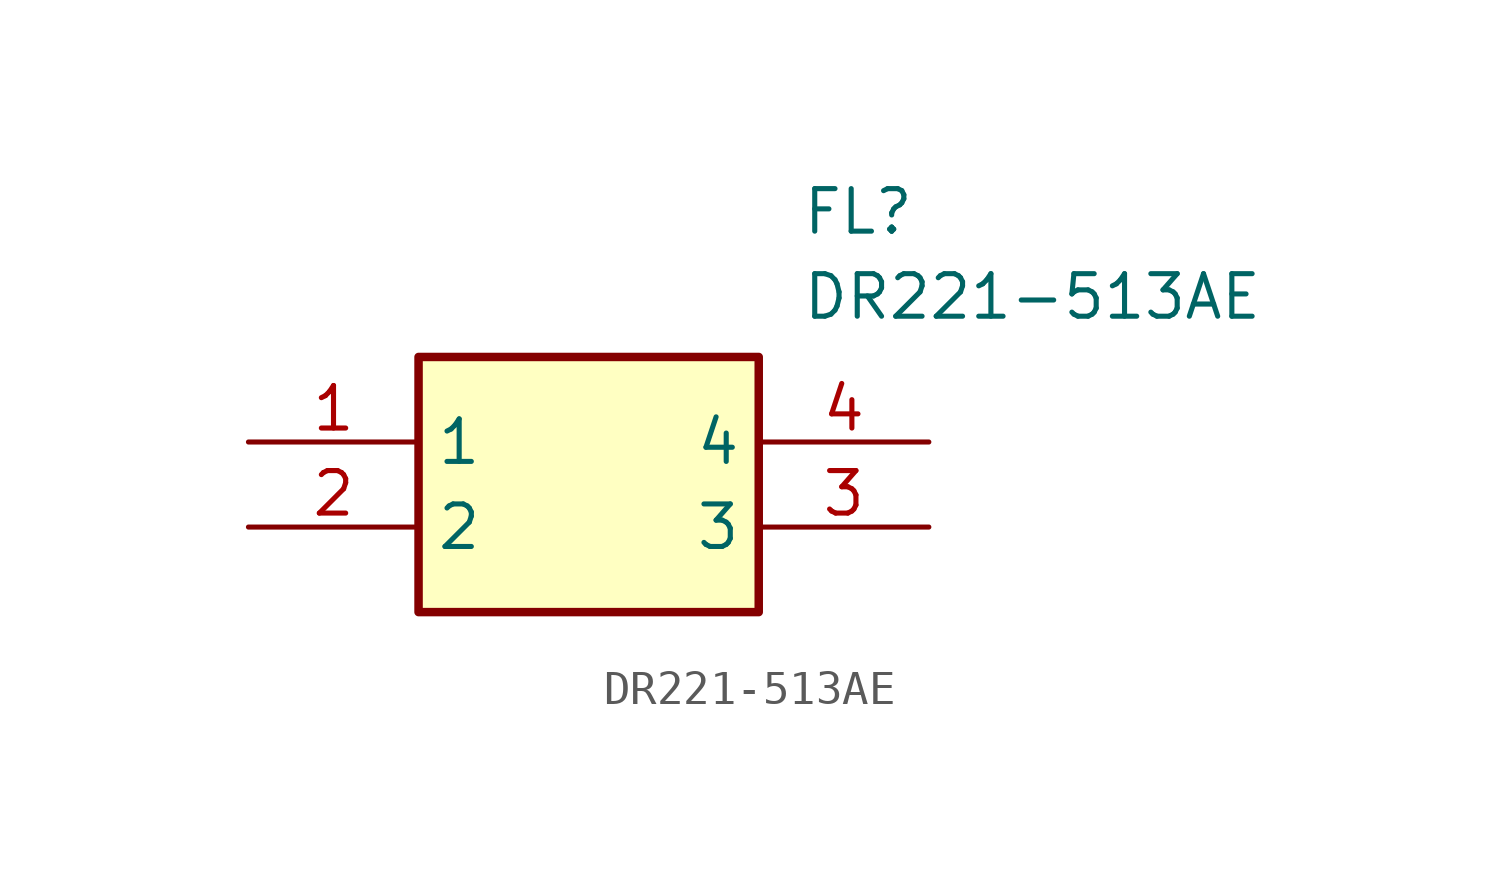
<source format=kicad_sym>
(kicad_symbol_lib
  (version 20211014)
  (generator SamacSys_ECAD_Model)
  (symbol "DR221-513AE"
    (property "Reference" "FL"
      (at 16.51 7.62 0)
      (effects (font (size 1.27 1.27)) (justify left top)))
    (property "Value" "DR221-513AE"
      (at 16.51 5.08 0)
      (effects (font (size 1.27 1.27)) (justify left top)))
    (rectangle
      (start 5.08 2.54)
      (end 15.24 -5.08)
      (stroke (width 0.254) (type default))
      (fill (type background)))
    (pin passive line
      (at 0 0 0)
      (length 5.08)
      (name "1" (effects (font (size 1.27 1.27))))
      (number "1" (effects (font (size 1.27 1.27)))))
    (pin passive line
      (at 0 -2.54 0)
      (length 5.08)
      (name "2" (effects (font (size 1.27 1.27))))
      (number "2" (effects (font (size 1.27 1.27)))))
    (pin passive line
      (at 20.32 -2.54 180)
      (length 5.08)
      (name "3" (effects (font (size 1.27 1.27))))
      (number "3" (effects (font (size 1.27 1.27)))))
    (pin passive line
      (at 20.32 0 180)
      (length 5.08)
      (name "4" (effects (font (size 1.27 1.27))))
      (number "4" (effects (font (size 1.27 1.27)))))))
</source>
